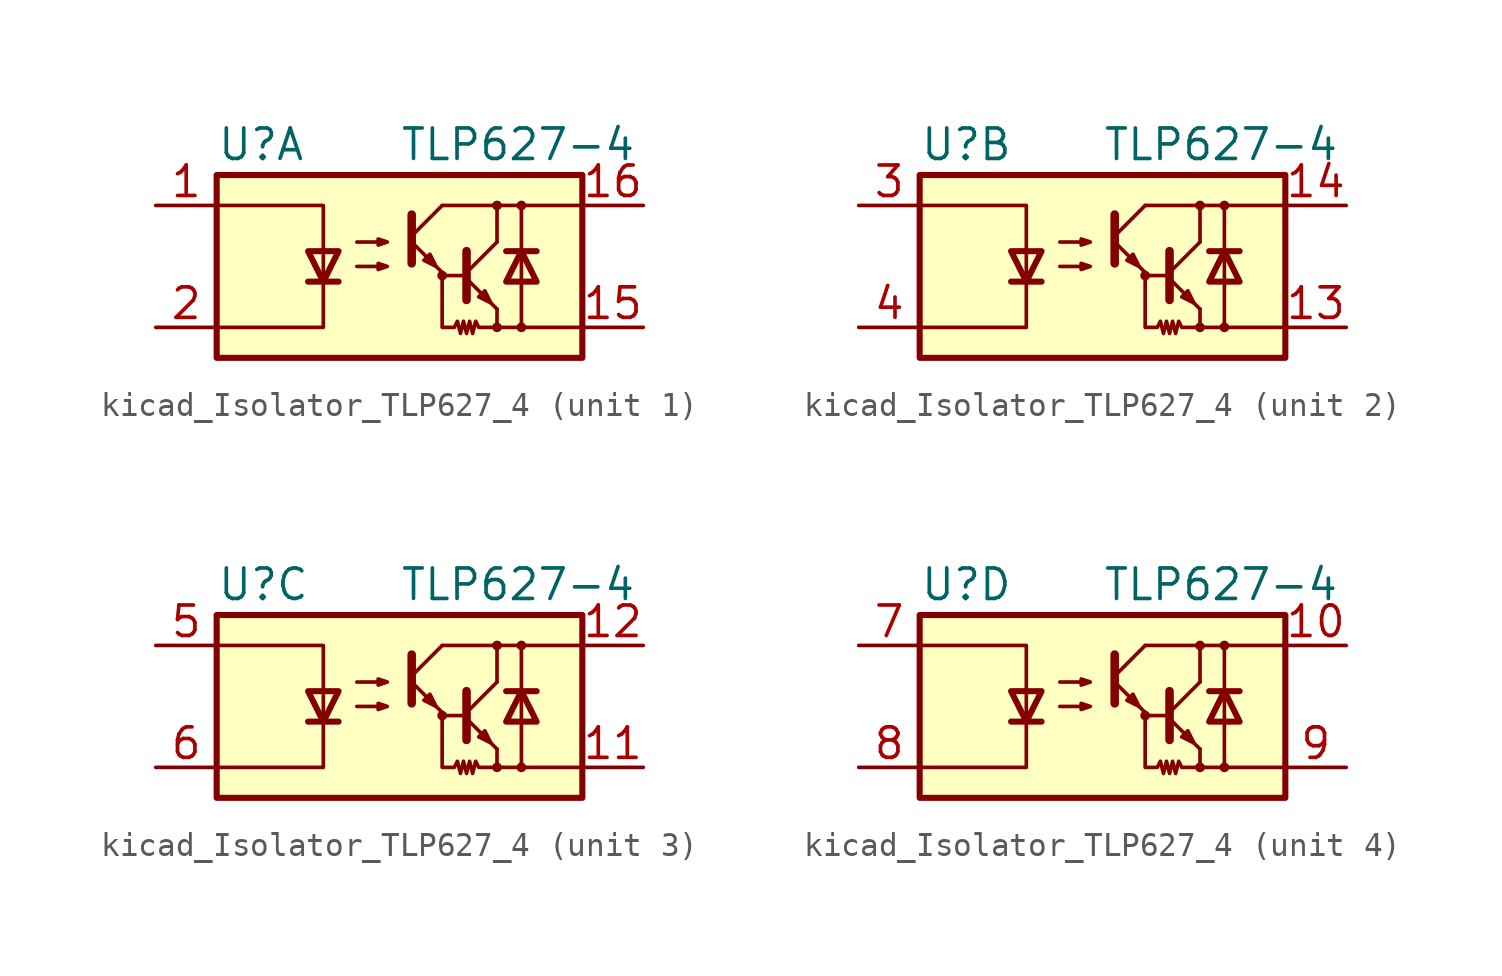
<source format=kicad_sym>
(kicad_symbol_lib
  (version 20220914)
  (generator kicad_symbol_editor)
  (symbol "kicad_Isolator_TLP627_4"
    (pin_names
      (offset 1.016))
    (property "Reference" "U"
      (at -7.62 5.08 0)
      (effects (font (size 1.27 1.27)) (justify left)))
    (property "Value" "TLP627-4"
      (at 0 5.08 0)
      (effects (font (size 1.27 1.27)) (justify left)))
    (symbol "kicad_Isolator_TLP627_4_0_1"
      (rectangle (start -7.62 3.81) (end 7.62 -3.81) (stroke (width 0.254) (type default)) (fill (type background)))
      (polyline (pts (xy -3.81 -0.635) (xy -2.54 -0.635)) (stroke (width 0.254) (type default)) (fill (type none)))
      (polyline (pts (xy 0.508 1.016) (xy 1.778 -0.254)) (stroke (width 0) (type default)) (fill (type none)))
      (polyline (pts (xy 0.508 1.27) (xy 1.778 2.54)) (stroke (width 0) (type default)) (fill (type none)))
      (polyline (pts (xy 0.508 2.159) (xy 0.508 0.127)) (stroke (width 0.356) (type default)) (fill (type none)))
      (polyline (pts (xy 1.778 2.54) (xy 7.62 2.54)) (stroke (width 0) (type default)) (fill (type none)))
      (polyline (pts (xy 2.794 -0.508) (xy 4.064 -1.778)) (stroke (width 0) (type default)) (fill (type none)))
      (polyline (pts (xy 2.794 -0.381) (xy 1.778 -0.381)) (stroke (width 0) (type default)) (fill (type none)))
      (polyline (pts (xy 2.794 -0.254) (xy 4.064 1.016)) (stroke (width 0) (type default)) (fill (type none)))
      (polyline (pts (xy 4.064 -2.54) (xy 7.62 -2.54)) (stroke (width 0) (type default)) (fill (type none)))
      (polyline (pts (xy 4.064 -1.778) (xy 4.064 -2.54)) (stroke (width 0) (type default)) (fill (type none)))
      (polyline (pts (xy 4.064 1.016) (xy 4.064 2.54)) (stroke (width 0) (type default)) (fill (type none)))
      (polyline (pts (xy 4.445 0.635) (xy 5.715 0.635)) (stroke (width 0.254) (type default)) (fill (type none)))
      (polyline (pts (xy 5.08 0.635) (xy 5.08 -2.54)) (stroke (width 0) (type default)) (fill (type none)))
      (polyline (pts (xy 5.08 0.635) (xy 5.08 2.54)) (stroke (width 0) (type default)) (fill (type none)))
      (polyline (pts (xy -7.62 2.54) (xy -3.175 2.54) (xy -3.175 -0.635)) (stroke (width 0) (type default)) (fill (type none)))
      (polyline (pts (xy -3.175 -0.635) (xy -3.175 -2.54) (xy -7.62 -2.54)) (stroke (width 0) (type default)) (fill (type none)))
      (polyline (pts (xy 2.794 0.635) (xy 2.794 -1.397) (xy 2.794 -1.397)) (stroke (width 0.356) (type default)) (fill (type none)))
      (polyline (pts (xy -3.175 -0.635) (xy -3.81 0.635) (xy -2.54 0.635) (xy -3.175 -0.635)) (stroke (width 0.254) (type default)) (fill (type none)))
      (polyline (pts (xy 1.524 0) (xy 1.27 0.508) (xy 1.016 0.254) (xy 1.524 0)) (stroke (width 0) (type default)) (fill (type none)))
      (polyline (pts (xy 3.81 -1.524) (xy 3.556 -1.016) (xy 3.302 -1.27) (xy 3.81 -1.524)) (stroke (width 0) (type default)) (fill (type none)))
      (polyline (pts (xy 5.08 0.635) (xy 4.445 -0.635) (xy 5.715 -0.635) (xy 5.08 0.635)) (stroke (width 0.254) (type default)) (fill (type none)))
      (polyline (pts (xy -1.778 0) (xy -0.508 0) (xy -0.889 -0.127) (xy -0.889 0.127) (xy -0.508 0)) (stroke (width 0) (type default)) (fill (type none)))
      (polyline (pts (xy -1.778 1.016) (xy -0.508 1.016) (xy -0.889 0.889) (xy -0.889 1.143) (xy -0.508 1.016)) (stroke (width 0) (type default)) (fill (type none)))
      (polyline (pts (xy 1.778 -0.254) (xy 1.778 -2.54) (xy 2.286 -2.54) (xy 2.413 -2.286) (xy 2.54 -2.794) (xy 2.667 -2.286) (xy 2.794 -2.794) (xy 2.921 -2.286) (xy 3.048 -2.794) (xy 3.175 -2.286) (xy 3.302 -2.54) (xy 4.064 -2.54)) (stroke (width 0) (type default)) (fill (type none)))
      (circle (center 1.778 -0.381) (radius 0.127) (stroke (width 0) (type default)) (fill (type none)))
      (circle (center 4.064 -2.54) (radius 0.127) (stroke (width 0) (type default)) (fill (type none)))
      (circle (center 4.064 2.54) (radius 0.127) (stroke (width 0) (type default)) (fill (type none)))
      (circle (center 5.08 -2.54) (radius 0.127) (stroke (width 0) (type default)) (fill (type none)))
      (circle (center 5.08 2.54) (radius 0.127) (stroke (width 0) (type default)) (fill (type none))))
    (symbol "kicad_Isolator_TLP627_4_1_1"
      (pin passive line (at -10.16 2.54 0) (length 2.54) (name "~" (effects (font (size 1.27 1.27)))) (number "1" (effects (font (size 1.27 1.27)))))
      (pin passive line (at 10.16 -2.54 180) (length 2.54) (name "~" (effects (font (size 1.27 1.27)))) (number "15" (effects (font (size 1.27 1.27)))))
      (pin passive line (at 10.16 2.54 180) (length 2.54) (name "~" (effects (font (size 1.27 1.27)))) (number "16" (effects (font (size 1.27 1.27)))))
      (pin passive line (at -10.16 -2.54 0) (length 2.54) (name "~" (effects (font (size 1.27 1.27)))) (number "2" (effects (font (size 1.27 1.27))))))
    (symbol "kicad_Isolator_TLP627_4_2_1"
      (pin passive line (at 10.16 -2.54 180) (length 2.54) (name "~" (effects (font (size 1.27 1.27)))) (number "13" (effects (font (size 1.27 1.27)))))
      (pin passive line (at 10.16 2.54 180) (length 2.54) (name "~" (effects (font (size 1.27 1.27)))) (number "14" (effects (font (size 1.27 1.27)))))
      (pin passive line (at -10.16 2.54 0) (length 2.54) (name "~" (effects (font (size 1.27 1.27)))) (number "3" (effects (font (size 1.27 1.27)))))
      (pin passive line (at -10.16 -2.54 0) (length 2.54) (name "~" (effects (font (size 1.27 1.27)))) (number "4" (effects (font (size 1.27 1.27))))))
    (symbol "kicad_Isolator_TLP627_4_3_1"
      (pin passive line (at 10.16 -2.54 180) (length 2.54) (name "~" (effects (font (size 1.27 1.27)))) (number "11" (effects (font (size 1.27 1.27)))))
      (pin passive line (at 10.16 2.54 180) (length 2.54) (name "~" (effects (font (size 1.27 1.27)))) (number "12" (effects (font (size 1.27 1.27)))))
      (pin passive line (at -10.16 2.54 0) (length 2.54) (name "~" (effects (font (size 1.27 1.27)))) (number "5" (effects (font (size 1.27 1.27)))))
      (pin passive line (at -10.16 -2.54 0) (length 2.54) (name "~" (effects (font (size 1.27 1.27)))) (number "6" (effects (font (size 1.27 1.27))))))
    (symbol "kicad_Isolator_TLP627_4_4_1"
      (pin passive line (at 10.16 2.54 180) (length 2.54) (name "~" (effects (font (size 1.27 1.27)))) (number "10" (effects (font (size 1.27 1.27)))))
      (pin passive line (at -10.16 2.54 0) (length 2.54) (name "~" (effects (font (size 1.27 1.27)))) (number "7" (effects (font (size 1.27 1.27)))))
      (pin passive line (at -10.16 -2.54 0) (length 2.54) (name "~" (effects (font (size 1.27 1.27)))) (number "8" (effects (font (size 1.27 1.27)))))
      (pin passive line (at 10.16 -2.54 180) (length 2.54) (name "~" (effects (font (size 1.27 1.27)))) (number "9" (effects (font (size 1.27 1.27))))))))
</source>
